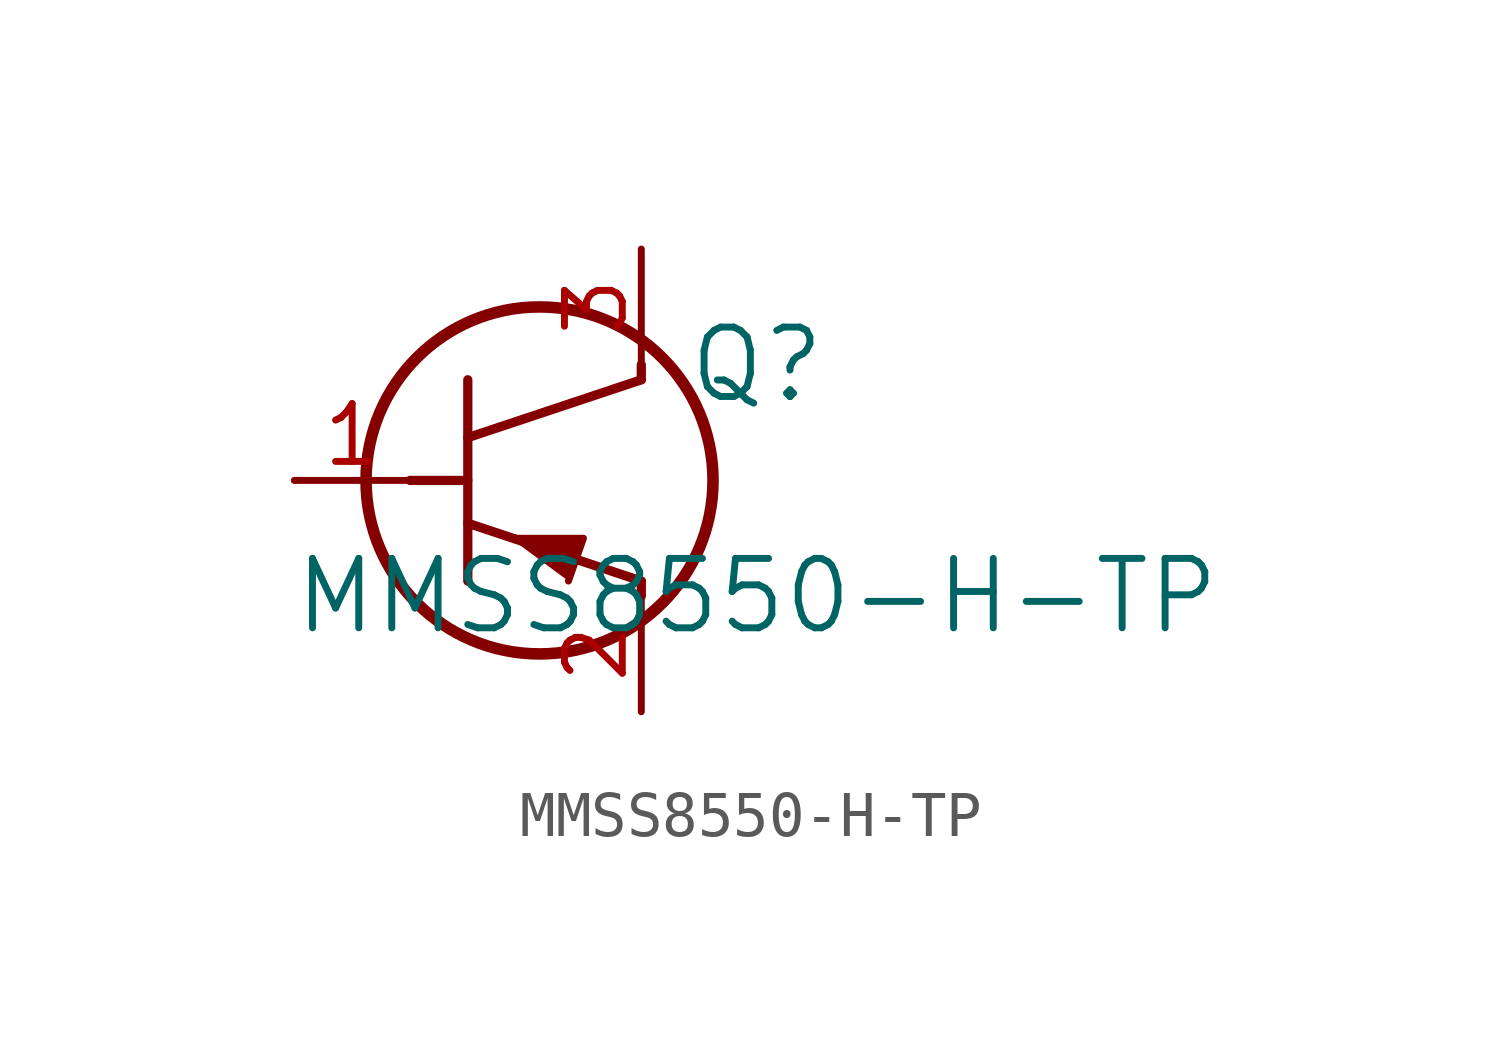
<source format=kicad_sym>
(kicad_symbol_lib
  (version 20211014)
  (generator kicad_symbol_editor)
  (symbol "MMSS8550-H-TP"
    (pin_names
      (offset 0.254))
    (property "Reference" "Q"
      (at 10.16 2.54 0)
      (effects (font (size 1.524 1.524))))
    (property "Value" "MMSS8550-H-TP"
      (at 10.16 -2.54 0)
      (effects (font (size 1.524 1.524))))
    (symbol "MMSS8550-H-TP_0_1"
      (circle (center 5.385 0) (radius 3.81) (stroke (width 0.254) (type default) (color 0 0 0 0)) (fill (type none)))
      (polyline (pts (xy 3.81 -2.21) (xy 3.81 2.21)) (stroke (width 0.203) (type default) (color 0 0 0 0)) (fill (type none)))
      (polyline (pts (xy 3.81 0.94) (xy 7.62 2.21)) (stroke (width 0.203) (type default) (color 0 0 0 0)) (fill (type none)))
      (polyline (pts (xy 3.81 -0.94) (xy 7.62 -2.21)) (stroke (width 0.203) (type default) (color 0 0 0 0)) (fill (type none)))
      (polyline (pts (xy 7.62 -2.54) (xy 7.62 -2.21)) (stroke (width 0.203) (type default) (color 0 0 0 0)) (fill (type none)))
      (polyline (pts (xy 7.62 2.21) (xy 7.62 2.54)) (stroke (width 0.203) (type default) (color 0 0 0 0)) (fill (type none)))
      (polyline (pts (xy 2.54 0) (xy 3.81 0)) (stroke (width 0.203) (type default) (color 0 0 0 0)) (fill (type none)))
      (polyline (pts (xy 6.02 -2.21) (xy 6.35 -1.27) (xy 4.75 -1.27)) (stroke (width 0) (type default) (color 0 0 0 0)) (fill (type outline)))
      (pin unspecified line (at 0 0 0) (length 2.54) (name "" (effects (font (size 1.27 1.27)))) (number "1" (effects (font (size 1.27 1.27)))))
      (pin unspecified line (at 7.62 -5.08 90) (length 2.54) (name "" (effects (font (size 1.27 1.27)))) (number "2" (effects (font (size 1.27 1.27)))))
      (pin unspecified line (at 7.62 5.08 270) (length 2.54) (name "" (effects (font (size 1.27 1.27)))) (number "3" (effects (font (size 1.27 1.27))))))))
</source>
